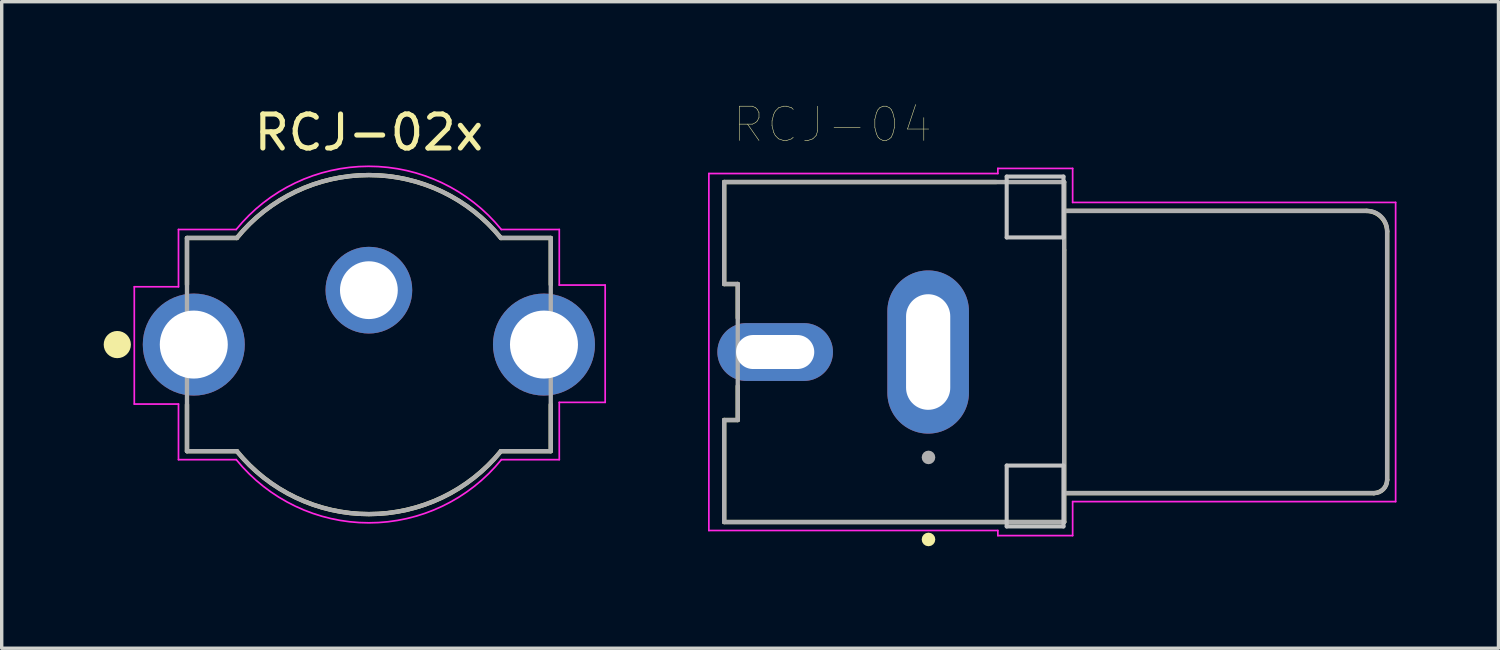
<source format=kicad_pcb>
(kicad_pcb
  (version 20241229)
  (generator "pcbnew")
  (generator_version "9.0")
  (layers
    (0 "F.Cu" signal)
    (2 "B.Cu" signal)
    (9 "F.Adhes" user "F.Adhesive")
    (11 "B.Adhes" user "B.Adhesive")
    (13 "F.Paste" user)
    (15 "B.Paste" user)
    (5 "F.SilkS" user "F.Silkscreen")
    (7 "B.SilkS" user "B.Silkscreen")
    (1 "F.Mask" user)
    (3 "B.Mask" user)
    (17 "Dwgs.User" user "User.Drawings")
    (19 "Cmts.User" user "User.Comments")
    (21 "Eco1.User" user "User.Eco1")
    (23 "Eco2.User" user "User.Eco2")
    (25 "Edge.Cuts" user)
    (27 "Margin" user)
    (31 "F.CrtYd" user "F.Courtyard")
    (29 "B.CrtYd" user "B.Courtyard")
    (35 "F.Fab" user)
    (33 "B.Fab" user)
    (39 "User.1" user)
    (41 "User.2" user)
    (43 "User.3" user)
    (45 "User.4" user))
  (footprint "RCJ-04"
    (layer "F.Cu")
    (at 28.25 7.304)
    (property "Reference" "RCJ-04" (at -6.816 -6.688 0) (layer "F.SilkS") (effects (font (size 1.008 1.008) (thickness 0.015))))
    (attr through_hole)
    (fp_line (start -10 -5) (end -2 -5) (stroke (width 0.127) (type solid)) (layer "F.SilkS"))
    (fp_line (start -10 -2) (end -10 -5) (stroke (width 0.127) (type solid)) (layer "F.SilkS"))
    (fp_line (start -10 2) (end -9.6 2) (stroke (width 0.127) (type solid)) (layer "F.SilkS"))
    (fp_line (start -10 5) (end -10 2) (stroke (width 0.127) (type solid)) (layer "F.SilkS"))
    (fp_line (start -10 5) (end 0 5) (stroke (width 0.127) (type solid)) (layer "F.SilkS"))
    (fp_line (start -9.6 -2) (end -10 -2) (stroke (width 0.127) (type solid)) (layer "F.SilkS"))
    (fp_line (start -9.6 -1) (end -9.6 -2) (stroke (width 0.127) (type solid)) (layer "F.SilkS"))
    (fp_line (start -9.6 2) (end -9.6 1) (stroke (width 0.127) (type solid)) (layer "F.SilkS"))
    (fp_line (start -2 -5) (end 0 -5) (stroke (width 0.12) (type solid)) (layer "F.SilkS"))
    (fp_line (start 0 -5) (end 0 -3) (stroke (width 0.12) (type solid)) (layer "F.SilkS"))
    (fp_line (start 0 -4.15) (end 8.89 -4.15) (stroke (width 0.127) (type solid)) (layer "F.SilkS"))
    (fp_line (start 0 5) (end 0 -3) (stroke (width 0.127) (type solid)) (layer "F.SilkS"))
    (fp_line (start 9.11 4.15) (end 0 4.15) (stroke (width 0.127) (type solid)) (layer "F.SilkS"))
    (fp_line (start 9.5 -3.54) (end 9.5 3.76) (stroke (width 0.127) (type solid)) (layer "F.SilkS"))
    (fp_arc (start 8.89 -4.15) (mid 9.321335 -3.971335) (end 9.5 -3.54) (stroke (width 0.127) (type solid)) (layer "F.SilkS"))
    (fp_arc (start 9.5 3.76) (mid 9.385772 4.035772) (end 9.11 4.15) (stroke (width 0.127) (type solid)) (layer "F.SilkS"))
    (fp_circle (center -3.99 5.513) (end -3.89 5.513) (stroke (width 0.2) (type solid)) (fill no) (layer "F.SilkS"))
    (fp_line (start -1.69 -5.16) (end -0.02 -5.16) (stroke (width 0.12) (type solid)) (layer "Dwgs.User"))
    (fp_line (start -1.69 -3.37) (end -1.69 -5.16) (stroke (width 0.12) (type solid)) (layer "Dwgs.User"))
    (fp_line (start -1.69 3.34) (end -0.02 3.34) (stroke (width 0.12) (type solid)) (layer "Dwgs.User"))
    (fp_line (start -1.69 5.13) (end -1.69 3.34) (stroke (width 0.12) (type solid)) (layer "Dwgs.User"))
    (fp_line (start -0.02 -5.16) (end -0.02 -3.37) (stroke (width 0.12) (type solid)) (layer "Dwgs.User"))
    (fp_line (start -0.02 -3.37) (end -1.69 -3.37) (stroke (width 0.12) (type solid)) (layer "Dwgs.User"))
    (fp_line (start -0.02 3.34) (end -0.02 5.13) (stroke (width 0.12) (type solid)) (layer "Dwgs.User"))
    (fp_line (start -0.02 5.13) (end -1.69 5.13) (stroke (width 0.12) (type solid)) (layer "Dwgs.User"))
    (fp_line (start -10.45 -5.25) (end -10.45 5.25) (stroke (width 0.05) (type solid)) (layer "F.CrtYd"))
    (fp_line (start -10.45 5.25) (end -1.95 5.25) (stroke (width 0.05) (type solid)) (layer "F.CrtYd"))
    (fp_line (start -1.95 -5.4) (end -1.95 -5.25) (stroke (width 0.05) (type solid)) (layer "F.CrtYd"))
    (fp_line (start -1.95 -5.25) (end -10.45 -5.25) (stroke (width 0.05) (type solid)) (layer "F.CrtYd"))
    (fp_line (start -1.95 5.25) (end -1.95 5.4) (stroke (width 0.05) (type solid)) (layer "F.CrtYd"))
    (fp_line (start -1.95 5.4) (end 0.25 5.4) (stroke (width 0.05) (type solid)) (layer "F.CrtYd"))
    (fp_line (start 0.25 -5.4) (end -1.95 -5.4) (stroke (width 0.05) (type solid)) (layer "F.CrtYd"))
    (fp_line (start 0.25 -4.4) (end 0.25 -5.4) (stroke (width 0.05) (type solid)) (layer "F.CrtYd"))
    (fp_line (start 0.25 4.4) (end 9.75 4.4) (stroke (width 0.05) (type solid)) (layer "F.CrtYd"))
    (fp_line (start 0.25 5.4) (end 0.25 4.4) (stroke (width 0.05) (type solid)) (layer "F.CrtYd"))
    (fp_line (start 9.75 -4.4) (end 0.25 -4.4) (stroke (width 0.05) (type solid)) (layer "F.CrtYd"))
    (fp_line (start 9.75 4.4) (end 9.75 -4.4) (stroke (width 0.05) (type solid)) (layer "F.CrtYd"))
    (fp_line (start -10 -5) (end 0 -5) (stroke (width 0.127) (type solid)) (layer "F.Fab"))
    (fp_line (start -10 -2) (end -10 -5) (stroke (width 0.127) (type solid)) (layer "F.Fab"))
    (fp_line (start -10 2) (end -9.6 2) (stroke (width 0.127) (type solid)) (layer "F.Fab"))
    (fp_line (start -10 5) (end -10 2) (stroke (width 0.127) (type solid)) (layer "F.Fab"))
    (fp_line (start -9.6 -2) (end -10 -2) (stroke (width 0.127) (type solid)) (layer "F.Fab"))
    (fp_line (start -9.6 2) (end -9.6 -2) (stroke (width 0.127) (type solid)) (layer "F.Fab"))
    (fp_line (start 0 -5) (end 0 -4.15) (stroke (width 0.127) (type solid)) (layer "F.Fab"))
    (fp_line (start 0 -4.15) (end 0 4.15) (stroke (width 0.127) (type solid)) (layer "F.Fab"))
    (fp_line (start 0 -4.15) (end 8.91 -4.15) (stroke (width 0.127) (type solid)) (layer "F.Fab"))
    (fp_line (start 0 4.15) (end 0 5) (stroke (width 0.127) (type solid)) (layer "F.Fab"))
    (fp_line (start 0 5) (end -10 5) (stroke (width 0.127) (type solid)) (layer "F.Fab"))
    (fp_line (start 9.11 4.15) (end 0 4.15) (stroke (width 0.127) (type solid)) (layer "F.Fab"))
    (fp_line (start 9.5 -3.56) (end 9.5 3.76) (stroke (width 0.127) (type solid)) (layer "F.Fab"))
    (fp_arc (start 8.91 -4.15) (mid 9.327193 -3.977193) (end 9.5 -3.56) (stroke (width 0.127) (type solid)) (layer "F.Fab"))
    (fp_arc (start 9.5 3.76) (mid 9.385772 4.035772) (end 9.11 4.15) (stroke (width 0.127) (type solid)) (layer "F.Fab"))
    (fp_circle (center -3.99 3.1) (end -3.89 3.1) (stroke (width 0.2) (type solid)) (fill no) (layer "F.Fab"))
    (pad "1" thru_hole oval (at -4 0) (size 2.4 4.8) (drill oval 1.3 3.4) (layers "*.Cu" "*.Mask"))
    (pad "2" thru_hole oval (at -8.5 0) (size 3.4 1.7) (drill oval 2.3 1) (layers "*.Cu" "*.Mask")))
  (footprint "RCJ-02x"
    (layer "F.Cu")
    (at 7.8 7.085)
    (property "Reference" "RCJ-02x" (at 0 -6.237 0) (layer "F.SilkS") (effects (font (size 1 1) (thickness 0.15))))
    (attr through_hole)
    (fp_line (start -5.35 -3.135) (end -5.35 -1.765) (stroke (width 0.127) (type solid)) (layer "F.SilkS"))
    (fp_line (start -5.35 1.765) (end -5.35 3.135) (stroke (width 0.127) (type solid)) (layer "F.SilkS"))
    (fp_line (start -3.884 -3.135) (end -5.35 -3.135) (stroke (width 0.127) (type solid)) (layer "F.SilkS"))
    (fp_line (start -3.884 3.135) (end -5.35 3.135) (stroke (width 0.127) (type solid)) (layer "F.SilkS"))
    (fp_line (start 5.35 -3.135) (end 3.884 -3.135) (stroke (width 0.127) (type solid)) (layer "F.SilkS"))
    (fp_line (start 5.35 -3.135) (end 5.35 -1.765) (stroke (width 0.127) (type solid)) (layer "F.SilkS"))
    (fp_line (start 5.35 1.765) (end 5.35 3.135) (stroke (width 0.127) (type solid)) (layer "F.SilkS"))
    (fp_line (start 5.35 3.135) (end 3.884 3.135) (stroke (width 0.127) (type solid)) (layer "F.SilkS"))
    (fp_arc (start -3.884 -3.135) (mid 0 -4.986221) (end 3.884 -3.135) (stroke (width 0.127) (type solid)) (layer "F.SilkS"))
    (fp_arc (start 3.884 3.135) (mid 0 4.986221) (end -3.884 3.135) (stroke (width 0.127) (type solid)) (layer "F.SilkS"))
    (fp_circle (center -7.4 0) (end -7.2 0) (stroke (width 0.4) (type solid)) (fill no) (layer "F.SilkS"))
    (fp_line (start -6.9 -1.7) (end -6.9 1.75) (stroke (width 0.05) (type solid)) (layer "F.CrtYd"))
    (fp_line (start -6.9 1.75) (end -5.6 1.75) (stroke (width 0.05) (type solid)) (layer "F.CrtYd"))
    (fp_line (start -5.6 -3.385) (end -5.6 -1.7) (stroke (width 0.05) (type solid)) (layer "F.CrtYd"))
    (fp_line (start -5.6 -1.7) (end -6.9 -1.7) (stroke (width 0.05) (type solid)) (layer "F.CrtYd"))
    (fp_line (start -5.6 1.75) (end -5.6 3.385) (stroke (width 0.05) (type solid)) (layer "F.CrtYd"))
    (fp_line (start -3.903 -3.385) (end -5.6 -3.385) (stroke (width 0.05) (type solid)) (layer "F.CrtYd"))
    (fp_line (start -3.901 3.385) (end -5.6 3.385) (stroke (width 0.05) (type solid)) (layer "F.CrtYd"))
    (fp_line (start 5.6 -3.385) (end 3.895 -3.385) (stroke (width 0.05) (type solid)) (layer "F.CrtYd"))
    (fp_line (start 5.6 -1.75) (end 5.6 -3.385) (stroke (width 0.05) (type solid)) (layer "F.CrtYd"))
    (fp_line (start 5.6 -1.75) (end 6.95 -1.75) (stroke (width 0.05) (type solid)) (layer "F.CrtYd"))
    (fp_line (start 5.6 3.385) (end 3.897 3.385) (stroke (width 0.05) (type solid)) (layer "F.CrtYd"))
    (fp_line (start 5.6 3.385) (end 5.6 1.7) (stroke (width 0.05) (type solid)) (layer "F.CrtYd"))
    (fp_line (start 6.95 -1.75) (end 6.95 1.7) (stroke (width 0.05) (type solid)) (layer "F.CrtYd"))
    (fp_line (start 6.95 1.7) (end 5.6 1.7) (stroke (width 0.05) (type solid)) (layer "F.CrtYd"))
    (fp_arc (start -3.903 -3.384999) (mid -0.004 -5.24337) (end 3.895 -3.385) (stroke (width 0.05) (type solid)) (layer "F.CrtYd"))
    (fp_arc (start 3.897 3.384999) (mid -0.002 5.24337) (end -3.901 3.385) (stroke (width 0.05) (type solid)) (layer "F.CrtYd"))
    (fp_line (start -5.35 -3.135) (end -5.35 3.135) (stroke (width 0.127) (type solid)) (layer "F.Fab"))
    (fp_line (start -3.884 -3.135) (end -5.35 -3.135) (stroke (width 0.127) (type solid)) (layer "F.Fab"))
    (fp_line (start -3.884 3.135) (end -5.35 3.135) (stroke (width 0.127) (type solid)) (layer "F.Fab"))
    (fp_line (start 5.35 -3.135) (end 3.884 -3.135) (stroke (width 0.127) (type solid)) (layer "F.Fab"))
    (fp_line (start 5.35 3.135) (end 3.884 3.135) (stroke (width 0.127) (type solid)) (layer "F.Fab"))
    (fp_line (start 5.35 3.135) (end 5.35 -3.135) (stroke (width 0.127) (type solid)) (layer "F.Fab"))
    (fp_arc (start -3.884 -3.135) (mid 0 -4.986221) (end 3.884 -3.135) (stroke (width 0.127) (type solid)) (layer "F.Fab"))
    (fp_arc (start 3.884 3.135) (mid 0 4.986221) (end -3.884 3.135) (stroke (width 0.127) (type solid)) (layer "F.Fab"))
    (pad "1A" thru_hole circle (at -5.15 0) (size 3 3) (drill 2) (layers "*.Cu" "*.Mask"))
    (pad "1B" thru_hole circle (at 5.15 0) (size 3 3) (drill 2) (layers "*.Cu" "*.Mask"))
    (pad "2" thru_hole circle (at 0 -1.6) (size 2.55 2.55) (drill 1.7) (layers "*.Cu" "*.Mask")))
  (gr_rect
    (start -3 -3)
    (end 41.025 16.017)
    (stroke (width 0.1) (type default))
    (fill no)
    (layer "Edge.Cuts")))
</source>
